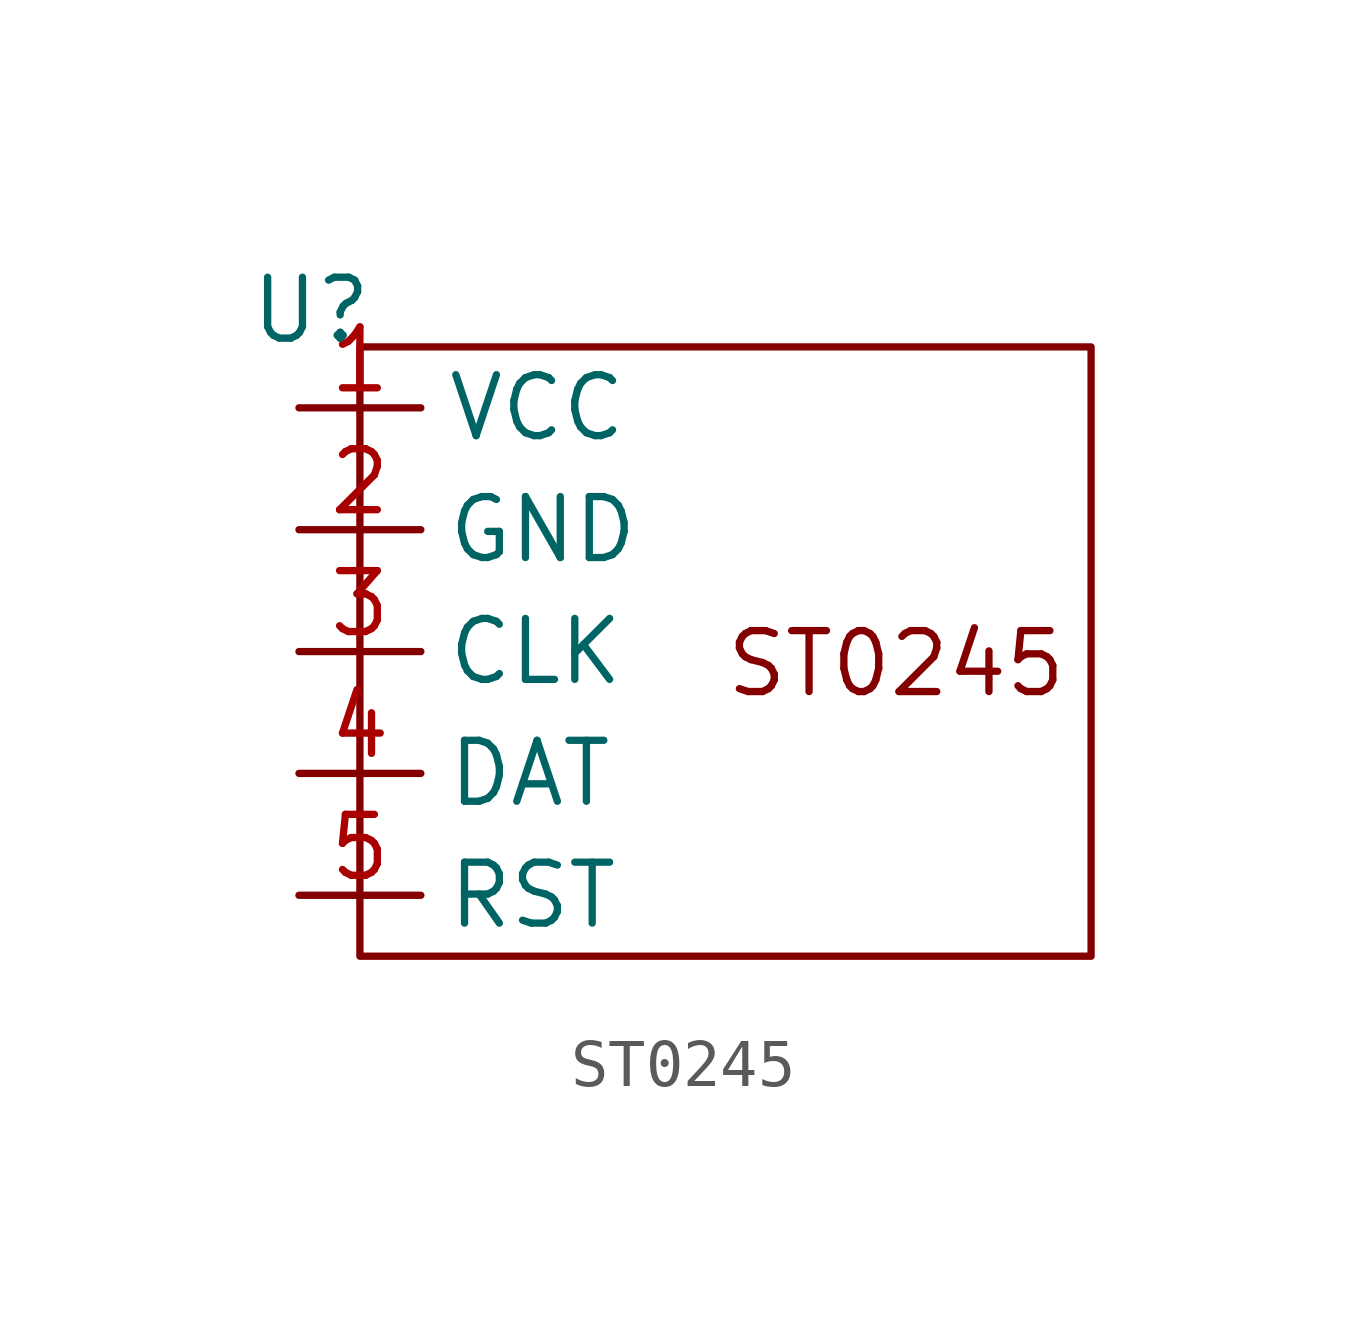
<source format=kicad_sym>
(kicad_symbol_lib
  (version 20231120)
  (generator "kicad_symbol_editor")
  (generator_version "8.0")
  (symbol "ST0245"
    (property "Reference" "U"
      (at 0.254 2.032 0)
      (effects (font (size 1.27 1.27))))
    (property "Value" ""
      (at 0 0 0)
      (effects (font (size 1.27 1.27))))
    (symbol "ST0245_0_1"
      (rectangle (start 1.27 1.27) (end 16.51 -11.43) (stroke (width 0) (type default)) (fill (type none))))
    (symbol "ST0245_1_1"
      (text "ST0245" (at 12.446 -5.334 0) (effects (font (size 1.27 1.27))))
      (pin input line (at 0 0 0) (length 2.54) (name "VCC" (effects (font (size 1.27 1.27)))) (number "1" (effects (font (size 1.27 1.27)))))
      (pin input line (at 0 -2.54 0) (length 2.54) (name "GND" (effects (font (size 1.27 1.27)))) (number "2" (effects (font (size 1.27 1.27)))))
      (pin input line (at 0 -5.08 0) (length 2.54) (name "CLK" (effects (font (size 1.27 1.27)))) (number "3" (effects (font (size 1.27 1.27)))))
      (pin input line (at 0 -7.62 0) (length 2.54) (name "DAT" (effects (font (size 1.27 1.27)))) (number "4" (effects (font (size 1.27 1.27)))))
      (pin input line (at 0 -10.16 0) (length 2.54) (name "RST" (effects (font (size 1.27 1.27)))) (number "5" (effects (font (size 1.27 1.27))))))))
</source>
